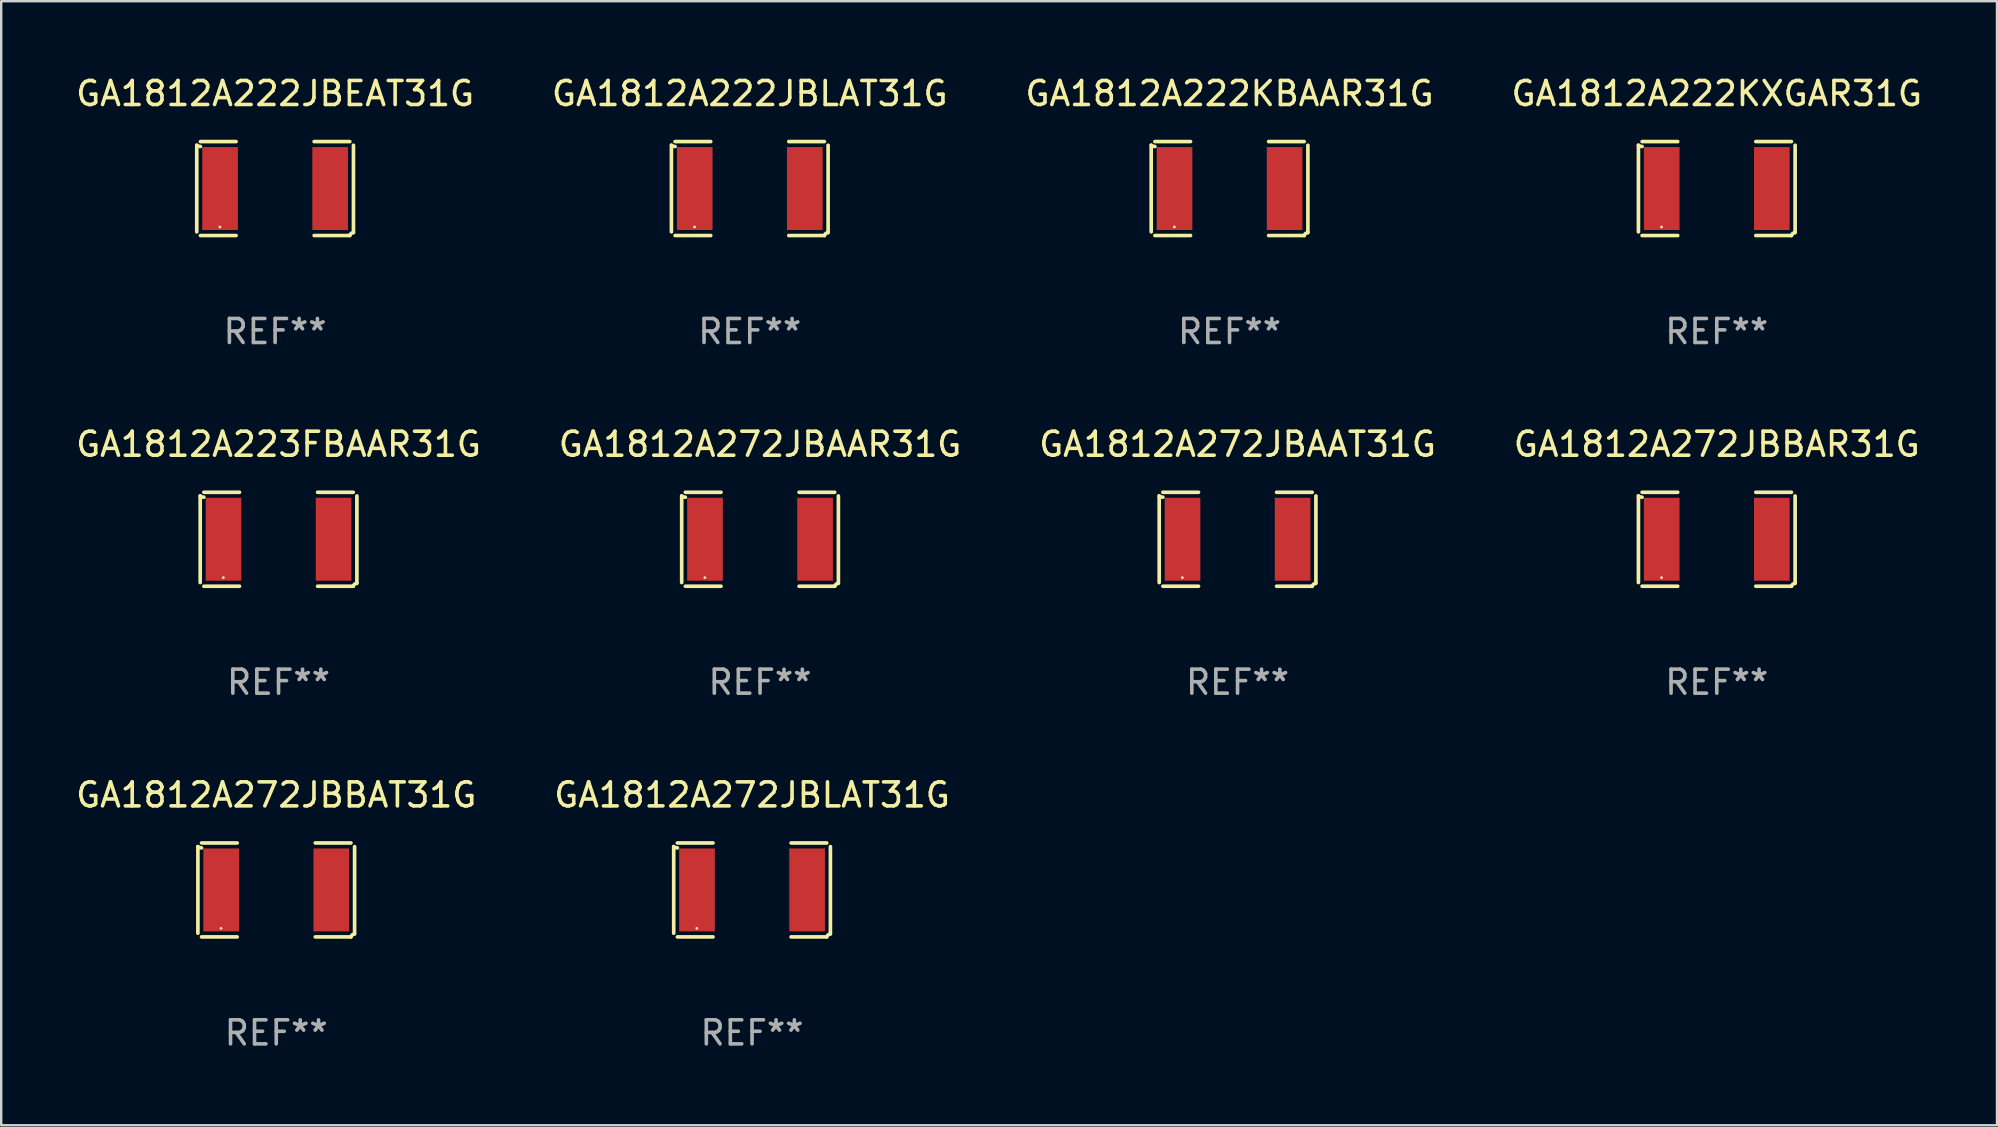
<source format=kicad_pcb>
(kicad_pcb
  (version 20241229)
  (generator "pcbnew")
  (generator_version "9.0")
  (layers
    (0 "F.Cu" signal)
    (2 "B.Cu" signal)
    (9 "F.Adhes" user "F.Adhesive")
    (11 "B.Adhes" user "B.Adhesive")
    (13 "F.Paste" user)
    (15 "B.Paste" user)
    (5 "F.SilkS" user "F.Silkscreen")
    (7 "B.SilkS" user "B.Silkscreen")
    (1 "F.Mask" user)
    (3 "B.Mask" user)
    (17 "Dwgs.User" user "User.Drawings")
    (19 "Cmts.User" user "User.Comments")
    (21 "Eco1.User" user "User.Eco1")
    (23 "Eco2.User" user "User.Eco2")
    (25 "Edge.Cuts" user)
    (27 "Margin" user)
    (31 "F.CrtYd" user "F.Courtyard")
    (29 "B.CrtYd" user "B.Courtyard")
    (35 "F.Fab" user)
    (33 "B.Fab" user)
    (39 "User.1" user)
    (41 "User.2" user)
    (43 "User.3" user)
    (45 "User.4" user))
  (footprint "GA1812A222KXGAR31G"
    (layer "F.Cu")
    (at 68.47 4.805)
    (property "Reference" "GA1812A222KXGAR31G" (at 0 -3.957 0) (layer "F.SilkS") (effects (font (size 1 1) (thickness 0.15))))
    (attr through_hole)
    (fp_line (start -3.264 1.804) (end -3.264 -1.804) (stroke (width 0.152) (type solid)) (layer "F.SilkS"))
    (fp_line (start -3.111 -1.957) (end -1.626 -1.957) (stroke (width 0.152) (type solid)) (layer "F.SilkS"))
    (fp_line (start -1.626 1.957) (end -3.111 1.957) (stroke (width 0.152) (type solid)) (layer "F.SilkS"))
    (fp_line (start 1.626 1.957) (end 3.111 1.957) (stroke (width 0.152) (type solid)) (layer "F.SilkS"))
    (fp_line (start 3.111 -1.957) (end 1.626 -1.957) (stroke (width 0.152) (type solid)) (layer "F.SilkS"))
    (fp_line (start 3.264 1.804) (end 3.264 -1.804) (stroke (width 0.152) (type solid)) (layer "F.SilkS"))
    (fp_arc (start -3.111202 -1.752192) (mid -3.191715 -1.76555) (end -3.263602 -1.804191) (stroke (width 0.1524) (type solid)) (layer "F.SilkS"))
    (fp_arc (start 3.111201 1.956591) (mid 3.167789 1.872777) (end 3.263602 1.840424) (stroke (width 0.1524) (type solid)) (layer "F.SilkS"))
    (fp_circle (center -2.3 1.6) (end -2.27 1.6) (stroke (width 0.06) (type solid)) (fill no) (layer "F.SilkS"))
    (fp_text user "REF**" (at 0 5.957 0) (layer "F.Fab") (effects (font (size 1 1) (thickness 0.15))))
    (pad "1" smd rect (at -2.293 0) (size 1.485 3.456) (layers "F.Cu" "F.Mask" "F.Paste"))
    (pad "2" smd rect (at 2.293 0) (size 1.485 3.456) (layers "F.Cu" "F.Mask" "F.Paste")))
  (footprint "GA1812A272JBBAT31G"
    (layer "F.Cu")
    (at 8.458 34.024)
    (property "Reference" "GA1812A272JBBAT31G" (at 0 -3.957 0) (layer "F.SilkS") (effects (font (size 1 1) (thickness 0.15))))
    (attr through_hole)
    (fp_line (start -3.264 1.804) (end -3.264 -1.804) (stroke (width 0.152) (type solid)) (layer "F.SilkS"))
    (fp_line (start -3.111 -1.957) (end -1.626 -1.957) (stroke (width 0.152) (type solid)) (layer "F.SilkS"))
    (fp_line (start -1.626 1.957) (end -3.111 1.957) (stroke (width 0.152) (type solid)) (layer "F.SilkS"))
    (fp_line (start 1.626 1.957) (end 3.111 1.957) (stroke (width 0.152) (type solid)) (layer "F.SilkS"))
    (fp_line (start 3.111 -1.957) (end 1.626 -1.957) (stroke (width 0.152) (type solid)) (layer "F.SilkS"))
    (fp_line (start 3.264 1.804) (end 3.264 -1.804) (stroke (width 0.152) (type solid)) (layer "F.SilkS"))
    (fp_arc (start -3.111202 -1.752192) (mid -3.191715 -1.76555) (end -3.263602 -1.804191) (stroke (width 0.1524) (type solid)) (layer "F.SilkS"))
    (fp_arc (start 3.111201 1.956591) (mid 3.167789 1.872777) (end 3.263602 1.840424) (stroke (width 0.1524) (type solid)) (layer "F.SilkS"))
    (fp_circle (center -2.3 1.6) (end -2.27 1.6) (stroke (width 0.06) (type solid)) (fill no) (layer "F.SilkS"))
    (fp_text user "REF**" (at 0 5.957 0) (layer "F.Fab") (effects (font (size 1 1) (thickness 0.15))))
    (pad "1" smd rect (at -2.293 0) (size 1.485 3.456) (layers "F.Cu" "F.Mask" "F.Paste"))
    (pad "2" smd rect (at 2.293 0) (size 1.485 3.456) (layers "F.Cu" "F.Mask" "F.Paste")))
  (footprint "GA1812A222JBLAT31G"
    (layer "F.Cu")
    (at 28.185 4.805)
    (property "Reference" "GA1812A222JBLAT31G" (at 0 -3.957 0) (layer "F.SilkS") (effects (font (size 1 1) (thickness 0.15))))
    (attr through_hole)
    (fp_line (start -3.264 1.804) (end -3.264 -1.804) (stroke (width 0.152) (type solid)) (layer "F.SilkS"))
    (fp_line (start -3.111 -1.957) (end -1.626 -1.957) (stroke (width 0.152) (type solid)) (layer "F.SilkS"))
    (fp_line (start -1.626 1.957) (end -3.111 1.957) (stroke (width 0.152) (type solid)) (layer "F.SilkS"))
    (fp_line (start 1.626 1.957) (end 3.111 1.957) (stroke (width 0.152) (type solid)) (layer "F.SilkS"))
    (fp_line (start 3.111 -1.957) (end 1.626 -1.957) (stroke (width 0.152) (type solid)) (layer "F.SilkS"))
    (fp_line (start 3.264 1.804) (end 3.264 -1.804) (stroke (width 0.152) (type solid)) (layer "F.SilkS"))
    (fp_arc (start -3.111202 -1.752192) (mid -3.191715 -1.76555) (end -3.263602 -1.804191) (stroke (width 0.1524) (type solid)) (layer "F.SilkS"))
    (fp_arc (start 3.111201 1.956591) (mid 3.167789 1.872777) (end 3.263602 1.840424) (stroke (width 0.1524) (type solid)) (layer "F.SilkS"))
    (fp_circle (center -2.3 1.6) (end -2.27 1.6) (stroke (width 0.06) (type solid)) (fill no) (layer "F.SilkS"))
    (fp_text user "REF**" (at 0 5.957 0) (layer "F.Fab") (effects (font (size 1 1) (thickness 0.15))))
    (pad "1" smd rect (at -2.293 0) (size 1.485 3.456) (layers "F.Cu" "F.Mask" "F.Paste"))
    (pad "2" smd rect (at 2.293 0) (size 1.485 3.456) (layers "F.Cu" "F.Mask" "F.Paste")))
  (footprint "GA1812A272JBAAR31G"
    (layer "F.Cu")
    (at 28.613 19.415)
    (property "Reference" "GA1812A272JBAAR31G" (at 0 -3.957 0) (layer "F.SilkS") (effects (font (size 1 1) (thickness 0.15))))
    (attr through_hole)
    (fp_line (start -3.264 1.804) (end -3.264 -1.804) (stroke (width 0.152) (type solid)) (layer "F.SilkS"))
    (fp_line (start -3.111 -1.957) (end -1.626 -1.957) (stroke (width 0.152) (type solid)) (layer "F.SilkS"))
    (fp_line (start -1.626 1.957) (end -3.111 1.957) (stroke (width 0.152) (type solid)) (layer "F.SilkS"))
    (fp_line (start 1.626 1.957) (end 3.111 1.957) (stroke (width 0.152) (type solid)) (layer "F.SilkS"))
    (fp_line (start 3.111 -1.957) (end 1.626 -1.957) (stroke (width 0.152) (type solid)) (layer "F.SilkS"))
    (fp_line (start 3.264 1.804) (end 3.264 -1.804) (stroke (width 0.152) (type solid)) (layer "F.SilkS"))
    (fp_arc (start -3.111202 -1.752192) (mid -3.191715 -1.76555) (end -3.263602 -1.804191) (stroke (width 0.1524) (type solid)) (layer "F.SilkS"))
    (fp_arc (start 3.111201 1.956591) (mid 3.167789 1.872777) (end 3.263602 1.840424) (stroke (width 0.1524) (type solid)) (layer "F.SilkS"))
    (fp_circle (center -2.3 1.6) (end -2.27 1.6) (stroke (width 0.06) (type solid)) (fill no) (layer "F.SilkS"))
    (fp_text user "REF**" (at 0 5.957 0) (layer "F.Fab") (effects (font (size 1 1) (thickness 0.15))))
    (pad "1" smd rect (at -2.293 0) (size 1.485 3.456) (layers "F.Cu" "F.Mask" "F.Paste"))
    (pad "2" smd rect (at 2.293 0) (size 1.485 3.456) (layers "F.Cu" "F.Mask" "F.Paste")))
  (footprint "GA1812A272JBBAR31G"
    (layer "F.Cu")
    (at 68.47 19.415)
    (property "Reference" "GA1812A272JBBAR31G" (at 0 -3.957 0) (layer "F.SilkS") (effects (font (size 1 1) (thickness 0.15))))
    (attr through_hole)
    (fp_line (start -3.264 1.804) (end -3.264 -1.804) (stroke (width 0.152) (type solid)) (layer "F.SilkS"))
    (fp_line (start -3.111 -1.957) (end -1.626 -1.957) (stroke (width 0.152) (type solid)) (layer "F.SilkS"))
    (fp_line (start -1.626 1.957) (end -3.111 1.957) (stroke (width 0.152) (type solid)) (layer "F.SilkS"))
    (fp_line (start 1.626 1.957) (end 3.111 1.957) (stroke (width 0.152) (type solid)) (layer "F.SilkS"))
    (fp_line (start 3.111 -1.957) (end 1.626 -1.957) (stroke (width 0.152) (type solid)) (layer "F.SilkS"))
    (fp_line (start 3.264 1.804) (end 3.264 -1.804) (stroke (width 0.152) (type solid)) (layer "F.SilkS"))
    (fp_arc (start -3.111202 -1.752192) (mid -3.191715 -1.76555) (end -3.263602 -1.804191) (stroke (width 0.1524) (type solid)) (layer "F.SilkS"))
    (fp_arc (start 3.111201 1.956591) (mid 3.167789 1.872777) (end 3.263602 1.840424) (stroke (width 0.1524) (type solid)) (layer "F.SilkS"))
    (fp_circle (center -2.3 1.6) (end -2.27 1.6) (stroke (width 0.06) (type solid)) (fill no) (layer "F.SilkS"))
    (fp_text user "REF**" (at 0 5.957 0) (layer "F.Fab") (effects (font (size 1 1) (thickness 0.15))))
    (pad "1" smd rect (at -2.293 0) (size 1.485 3.456) (layers "F.Cu" "F.Mask" "F.Paste"))
    (pad "2" smd rect (at 2.293 0) (size 1.485 3.456) (layers "F.Cu" "F.Mask" "F.Paste")))
  (footprint "GA1812A222KBAAR31G"
    (layer "F.Cu")
    (at 48.173 4.805)
    (property "Reference" "GA1812A222KBAAR31G" (at 0 -3.957 0) (layer "F.SilkS") (effects (font (size 1 1) (thickness 0.15))))
    (attr through_hole)
    (fp_line (start -3.264 1.804) (end -3.264 -1.804) (stroke (width 0.152) (type solid)) (layer "F.SilkS"))
    (fp_line (start -3.111 -1.957) (end -1.626 -1.957) (stroke (width 0.152) (type solid)) (layer "F.SilkS"))
    (fp_line (start -1.626 1.957) (end -3.111 1.957) (stroke (width 0.152) (type solid)) (layer "F.SilkS"))
    (fp_line (start 1.626 1.957) (end 3.111 1.957) (stroke (width 0.152) (type solid)) (layer "F.SilkS"))
    (fp_line (start 3.111 -1.957) (end 1.626 -1.957) (stroke (width 0.152) (type solid)) (layer "F.SilkS"))
    (fp_line (start 3.264 1.804) (end 3.264 -1.804) (stroke (width 0.152) (type solid)) (layer "F.SilkS"))
    (fp_arc (start -3.111202 -1.752192) (mid -3.191715 -1.76555) (end -3.263602 -1.804191) (stroke (width 0.1524) (type solid)) (layer "F.SilkS"))
    (fp_arc (start 3.111201 1.956591) (mid 3.167789 1.872777) (end 3.263602 1.840424) (stroke (width 0.1524) (type solid)) (layer "F.SilkS"))
    (fp_circle (center -2.3 1.6) (end -2.27 1.6) (stroke (width 0.06) (type solid)) (fill no) (layer "F.SilkS"))
    (fp_text user "REF**" (at 0 5.957 0) (layer "F.Fab") (effects (font (size 1 1) (thickness 0.15))))
    (pad "1" smd rect (at -2.293 0) (size 1.485 3.456) (layers "F.Cu" "F.Mask" "F.Paste"))
    (pad "2" smd rect (at 2.293 0) (size 1.485 3.456) (layers "F.Cu" "F.Mask" "F.Paste")))
  (footprint "GA1812A272JBAAT31G"
    (layer "F.Cu")
    (at 48.506 19.415)
    (property "Reference" "GA1812A272JBAAT31G" (at 0 -3.957 0) (layer "F.SilkS") (effects (font (size 1 1) (thickness 0.15))))
    (attr through_hole)
    (fp_line (start -3.264 1.804) (end -3.264 -1.804) (stroke (width 0.152) (type solid)) (layer "F.SilkS"))
    (fp_line (start -3.111 -1.957) (end -1.626 -1.957) (stroke (width 0.152) (type solid)) (layer "F.SilkS"))
    (fp_line (start -1.626 1.957) (end -3.111 1.957) (stroke (width 0.152) (type solid)) (layer "F.SilkS"))
    (fp_line (start 1.626 1.957) (end 3.111 1.957) (stroke (width 0.152) (type solid)) (layer "F.SilkS"))
    (fp_line (start 3.111 -1.957) (end 1.626 -1.957) (stroke (width 0.152) (type solid)) (layer "F.SilkS"))
    (fp_line (start 3.264 1.804) (end 3.264 -1.804) (stroke (width 0.152) (type solid)) (layer "F.SilkS"))
    (fp_arc (start -3.111202 -1.752192) (mid -3.191715 -1.76555) (end -3.263602 -1.804191) (stroke (width 0.1524) (type solid)) (layer "F.SilkS"))
    (fp_arc (start 3.111201 1.956591) (mid 3.167789 1.872777) (end 3.263602 1.840424) (stroke (width 0.1524) (type solid)) (layer "F.SilkS"))
    (fp_circle (center -2.3 1.6) (end -2.27 1.6) (stroke (width 0.06) (type solid)) (fill no) (layer "F.SilkS"))
    (fp_text user "REF**" (at 0 5.957 0) (layer "F.Fab") (effects (font (size 1 1) (thickness 0.15))))
    (pad "1" smd rect (at -2.293 0) (size 1.485 3.456) (layers "F.Cu" "F.Mask" "F.Paste"))
    (pad "2" smd rect (at 2.293 0) (size 1.485 3.456) (layers "F.Cu" "F.Mask" "F.Paste")))
  (footprint "GA1812A272JBLAT31G"
    (layer "F.Cu")
    (at 28.28 34.024)
    (property "Reference" "GA1812A272JBLAT31G" (at 0 -3.957 0) (layer "F.SilkS") (effects (font (size 1 1) (thickness 0.15))))
    (attr through_hole)
    (fp_line (start -3.264 1.804) (end -3.264 -1.804) (stroke (width 0.152) (type solid)) (layer "F.SilkS"))
    (fp_line (start -3.111 -1.957) (end -1.626 -1.957) (stroke (width 0.152) (type solid)) (layer "F.SilkS"))
    (fp_line (start -1.626 1.957) (end -3.111 1.957) (stroke (width 0.152) (type solid)) (layer "F.SilkS"))
    (fp_line (start 1.626 1.957) (end 3.111 1.957) (stroke (width 0.152) (type solid)) (layer "F.SilkS"))
    (fp_line (start 3.111 -1.957) (end 1.626 -1.957) (stroke (width 0.152) (type solid)) (layer "F.SilkS"))
    (fp_line (start 3.264 1.804) (end 3.264 -1.804) (stroke (width 0.152) (type solid)) (layer "F.SilkS"))
    (fp_arc (start -3.111202 -1.752192) (mid -3.191715 -1.76555) (end -3.263602 -1.804191) (stroke (width 0.1524) (type solid)) (layer "F.SilkS"))
    (fp_arc (start 3.111201 1.956591) (mid 3.167789 1.872777) (end 3.263602 1.840424) (stroke (width 0.1524) (type solid)) (layer "F.SilkS"))
    (fp_circle (center -2.3 1.6) (end -2.27 1.6) (stroke (width 0.06) (type solid)) (fill no) (layer "F.SilkS"))
    (fp_text user "REF**" (at 0 5.957 0) (layer "F.Fab") (effects (font (size 1 1) (thickness 0.15))))
    (pad "1" smd rect (at -2.293 0) (size 1.485 3.456) (layers "F.Cu" "F.Mask" "F.Paste"))
    (pad "2" smd rect (at 2.293 0) (size 1.485 3.456) (layers "F.Cu" "F.Mask" "F.Paste")))
  (footprint "GA1812A223FBAAR31G"
    (layer "F.Cu")
    (at 8.554 19.415)
    (property "Reference" "GA1812A223FBAAR31G" (at 0 -3.957 0) (layer "F.SilkS") (effects (font (size 1 1) (thickness 0.15))))
    (attr through_hole)
    (fp_line (start -3.264 1.804) (end -3.264 -1.804) (stroke (width 0.152) (type solid)) (layer "F.SilkS"))
    (fp_line (start -3.111 -1.957) (end -1.626 -1.957) (stroke (width 0.152) (type solid)) (layer "F.SilkS"))
    (fp_line (start -1.626 1.957) (end -3.111 1.957) (stroke (width 0.152) (type solid)) (layer "F.SilkS"))
    (fp_line (start 1.626 1.957) (end 3.111 1.957) (stroke (width 0.152) (type solid)) (layer "F.SilkS"))
    (fp_line (start 3.111 -1.957) (end 1.626 -1.957) (stroke (width 0.152) (type solid)) (layer "F.SilkS"))
    (fp_line (start 3.264 1.804) (end 3.264 -1.804) (stroke (width 0.152) (type solid)) (layer "F.SilkS"))
    (fp_arc (start -3.111202 -1.752192) (mid -3.191715 -1.76555) (end -3.263602 -1.804191) (stroke (width 0.1524) (type solid)) (layer "F.SilkS"))
    (fp_arc (start 3.111201 1.956591) (mid 3.167789 1.872777) (end 3.263602 1.840424) (stroke (width 0.1524) (type solid)) (layer "F.SilkS"))
    (fp_circle (center -2.3 1.6) (end -2.27 1.6) (stroke (width 0.06) (type solid)) (fill no) (layer "F.SilkS"))
    (fp_text user "REF**" (at 0 5.957 0) (layer "F.Fab") (effects (font (size 1 1) (thickness 0.15))))
    (pad "1" smd rect (at -2.293 0) (size 1.485 3.456) (layers "F.Cu" "F.Mask" "F.Paste"))
    (pad "2" smd rect (at 2.293 0) (size 1.485 3.456) (layers "F.Cu" "F.Mask" "F.Paste")))
  (footprint "GA1812A222JBEAT31G"
    (layer "F.Cu")
    (at 8.411 4.805)
    (property "Reference" "GA1812A222JBEAT31G" (at 0 -3.957 0) (layer "F.SilkS") (effects (font (size 1 1) (thickness 0.15))))
    (attr through_hole)
    (fp_line (start -3.264 1.804) (end -3.264 -1.804) (stroke (width 0.152) (type solid)) (layer "F.SilkS"))
    (fp_line (start -3.111 -1.957) (end -1.626 -1.957) (stroke (width 0.152) (type solid)) (layer "F.SilkS"))
    (fp_line (start -1.626 1.957) (end -3.111 1.957) (stroke (width 0.152) (type solid)) (layer "F.SilkS"))
    (fp_line (start 1.626 1.957) (end 3.111 1.957) (stroke (width 0.152) (type solid)) (layer "F.SilkS"))
    (fp_line (start 3.111 -1.957) (end 1.626 -1.957) (stroke (width 0.152) (type solid)) (layer "F.SilkS"))
    (fp_line (start 3.264 1.804) (end 3.264 -1.804) (stroke (width 0.152) (type solid)) (layer "F.SilkS"))
    (fp_arc (start -3.111202 -1.752192) (mid -3.191715 -1.76555) (end -3.263602 -1.804191) (stroke (width 0.1524) (type solid)) (layer "F.SilkS"))
    (fp_arc (start 3.111201 1.956591) (mid 3.167789 1.872777) (end 3.263602 1.840424) (stroke (width 0.1524) (type solid)) (layer "F.SilkS"))
    (fp_circle (center -2.3 1.6) (end -2.27 1.6) (stroke (width 0.06) (type solid)) (fill no) (layer "F.SilkS"))
    (fp_text user "REF**" (at 0 5.957 0) (layer "F.Fab") (effects (font (size 1 1) (thickness 0.15))))
    (pad "1" smd rect (at -2.293 0) (size 1.485 3.456) (layers "F.Cu" "F.Mask" "F.Paste"))
    (pad "2" smd rect (at 2.293 0) (size 1.485 3.456) (layers "F.Cu" "F.Mask" "F.Paste")))
  (gr_rect
    (start -3 -3)
    (end 80.143 43.829)
    (stroke (width 0.1) (type default))
    (fill no)
    (layer "Edge.Cuts")))
</source>
